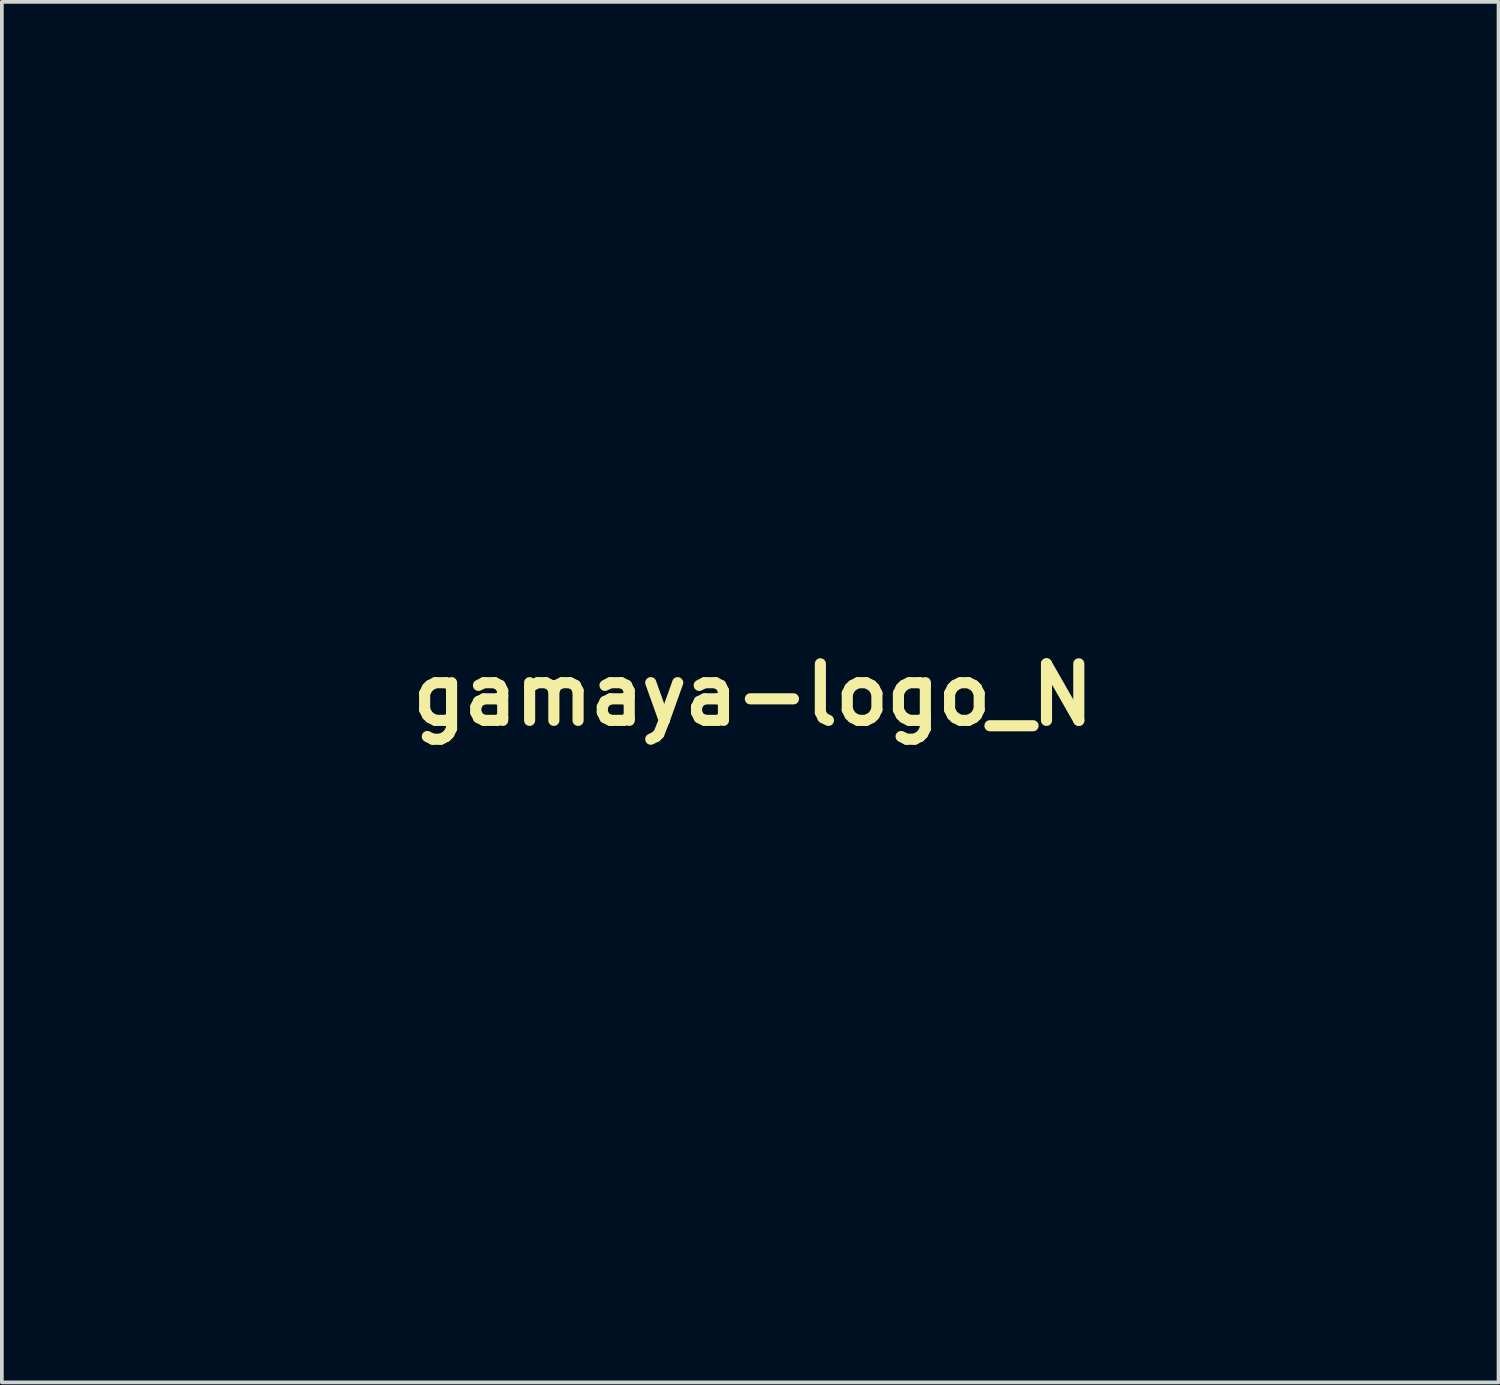
<source format=kicad_pcb>
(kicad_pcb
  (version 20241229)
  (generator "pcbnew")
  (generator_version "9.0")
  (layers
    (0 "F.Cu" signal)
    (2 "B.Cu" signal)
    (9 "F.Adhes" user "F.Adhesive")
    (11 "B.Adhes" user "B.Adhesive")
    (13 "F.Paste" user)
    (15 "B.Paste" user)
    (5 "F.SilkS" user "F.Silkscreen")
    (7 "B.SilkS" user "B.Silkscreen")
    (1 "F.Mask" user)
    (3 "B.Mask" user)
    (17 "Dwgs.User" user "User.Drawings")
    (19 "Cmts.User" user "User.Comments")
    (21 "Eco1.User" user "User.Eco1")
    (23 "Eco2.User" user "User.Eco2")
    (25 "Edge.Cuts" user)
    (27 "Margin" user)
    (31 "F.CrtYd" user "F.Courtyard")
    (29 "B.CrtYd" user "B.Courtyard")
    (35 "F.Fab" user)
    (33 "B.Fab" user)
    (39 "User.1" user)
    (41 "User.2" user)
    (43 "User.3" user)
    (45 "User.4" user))
  (footprint "gamaya-logo_N"
    (layer "F.Cu")
    (at 17.251 15.68)
    (property "Reference" "gamaya-logo_N" (at 0 0 0) (layer "F.SilkS") (effects (font (size 1.524 1.524) (thickness 0.3))))
    (attr through_hole)
    (fp_poly (pts (xy -14.933 1.415) (xy -14.733 1.521) (xy -14.431 1.689) (xy -14.038 1.913) (xy -13.564 2.188) (xy -13.02 2.505) (xy -12.418 2.861) (xy -11.768 3.247) (xy -11.081 3.658) (xy -10.901 3.766) (xy -10.104 4.244) (xy -9.259 4.75) (xy -8.39 5.268) (xy -7.52 5.786) (xy -6.672 6.289) (xy -5.867 6.766) (xy -5.129 7.201) (xy -4.48 7.583) (xy -4.173 7.762) (xy -3.589 8.105) (xy -3.038 8.431) (xy -2.535 8.732) (xy -2.092 9) (xy -1.725 9.226) (xy -1.446 9.402) (xy -1.271 9.519) (xy -1.219 9.559) (xy -1.113 9.663) (xy -1.026 9.764) (xy -0.957 9.876) (xy -0.903 10.016) (xy -0.863 10.198) (xy -0.835 10.439) (xy -0.817 10.752) (xy -0.806 11.154) (xy -0.8 11.66) (xy -0.798 12.286) (xy -0.798 12.787) (xy -0.799 13.494) (xy -0.802 14.069) (xy -0.809 14.525) (xy -0.82 14.876) (xy -0.837 15.136) (xy -0.86 15.318) (xy -0.89 15.435) (xy -0.93 15.5) (xy -0.979 15.527) (xy -1.013 15.53) (xy -1.097 15.499) (xy -1.259 15.42) (xy -1.334 15.381) (xy -1.495 15.287) (xy -1.765 15.122) (xy -2.13 14.893) (xy -2.58 14.609) (xy -3.1 14.278) (xy -3.678 13.908) (xy -4.302 13.507) (xy -4.959 13.084) (xy -5.636 12.646) (xy -6.321 12.202) (xy -7.001 11.76) (xy -7.664 11.328) (xy -8.297 10.914) (xy -8.887 10.526) (xy -9.423 10.173) (xy -9.89 9.863) (xy -10.277 9.604) (xy -10.571 9.404) (xy -10.759 9.271) (xy -10.777 9.258) (xy -11.518 8.666) (xy -12.166 8.066) (xy -12.733 7.44) (xy -13.23 6.768) (xy -13.669 6.034) (xy -14.06 5.218) (xy -14.415 4.303) (xy -14.745 3.271) (xy -14.912 2.679) (xy -15.034 2.218) (xy -15.114 1.878) (xy -15.154 1.641) (xy -15.156 1.491) (xy -15.12 1.41) (xy -15.048 1.38) (xy -15.02 1.379) (xy -14.933 1.415)) (stroke (width 0.01) (type solid)) (fill yes) (layer "F.Mask"))
    (fp_poly (pts (xy 14.671 1.399) (xy 14.717 1.472) (xy 14.723 1.614) (xy 14.688 1.845) (xy 14.61 2.18) (xy 14.512 2.557) (xy 14.18 3.691) (xy 13.827 4.697) (xy 13.444 5.59) (xy 13.025 6.386) (xy 12.56 7.1) (xy 12.041 7.749) (xy 11.655 8.16) (xy 11.454 8.353) (xy 11.227 8.555) (xy 10.966 8.771) (xy 10.662 9.008) (xy 10.305 9.271) (xy 9.888 9.568) (xy 9.401 9.904) (xy 8.836 10.285) (xy 8.183 10.717) (xy 7.434 11.207) (xy 6.58 11.761) (xy 5.612 12.386) (xy 5.552 12.424) (xy 4.659 12.998) (xy 3.88 13.499) (xy 3.207 13.931) (xy 2.633 14.299) (xy 2.149 14.608) (xy 1.746 14.863) (xy 1.418 15.067) (xy 1.155 15.227) (xy 0.951 15.347) (xy 0.796 15.431) (xy 0.683 15.484) (xy 0.604 15.512) (xy 0.551 15.518) (xy 0.515 15.509) (xy 0.489 15.487) (xy 0.464 15.459) (xy 0.45 15.443) (xy 0.425 15.377) (xy 0.405 15.227) (xy 0.389 14.983) (xy 0.377 14.634) (xy 0.369 14.172) (xy 0.365 13.585) (xy 0.363 12.864) (xy 0.363 12.787) (xy 0.363 12.072) (xy 0.366 11.486) (xy 0.373 11.015) (xy 0.386 10.643) (xy 0.408 10.354) (xy 0.439 10.134) (xy 0.483 9.967) (xy 0.542 9.838) (xy 0.616 9.731) (xy 0.709 9.631) (xy 0.783 9.559) (xy 0.886 9.484) (xy 1.101 9.344) (xy 1.413 9.149) (xy 1.81 8.907) (xy 2.276 8.626) (xy 2.798 8.314) (xy 3.362 7.981) (xy 3.737 7.761) (xy 4.328 7.415) (xy 5.021 7.007) (xy 5.792 6.551) (xy 6.62 6.06) (xy 7.481 5.548) (xy 8.354 5.029) (xy 9.215 4.515) (xy 10.041 4.021) (xy 10.468 3.764) (xy 11.163 3.349) (xy 11.824 2.956) (xy 12.439 2.592) (xy 12.999 2.265) (xy 13.492 1.979) (xy 13.907 1.741) (xy 14.233 1.558) (xy 14.46 1.436) (xy 14.576 1.381) (xy 14.587 1.379) (xy 14.671 1.399)) (stroke (width 0.01) (type solid)) (fill yes) (layer "F.Mask"))
    (fp_poly (pts (xy 17.048 -8.29) (xy 17.091 -8.121) (xy 17.069 -7.833) (xy 16.982 -7.421) (xy 16.946 -7.282) (xy 16.546 -5.902) (xy 16.123 -4.652) (xy 15.671 -3.52) (xy 15.183 -2.492) (xy 14.653 -1.554) (xy 14.072 -0.694) (xy 13.434 0.103) (xy 12.814 0.769) (xy 12.546 1.031) (xy 12.272 1.283) (xy 11.983 1.53) (xy 11.67 1.778) (xy 11.324 2.034) (xy 10.935 2.302) (xy 10.494 2.589) (xy 9.993 2.9) (xy 9.422 3.241) (xy 8.773 3.618) (xy 8.035 4.035) (xy 7.201 4.5) (xy 6.26 5.018) (xy 5.204 5.594) (xy 4.645 5.897) (xy 4.086 6.201) (xy 3.535 6.501) (xy 3.013 6.787) (xy 2.541 7.046) (xy 2.14 7.268) (xy 1.833 7.438) (xy 1.705 7.511) (xy 1.277 7.743) (xy 0.949 7.891) (xy 0.709 7.96) (xy 0.542 7.955) (xy 0.454 7.901) (xy 0.432 7.847) (xy 0.414 7.727) (xy 0.399 7.529) (xy 0.387 7.246) (xy 0.378 6.866) (xy 0.371 6.381) (xy 0.366 5.78) (xy 0.364 5.054) (xy 0.363 4.193) (xy 0.363 4.145) (xy 0.363 3.321) (xy 0.364 2.629) (xy 0.366 2.057) (xy 0.369 1.591) (xy 0.375 1.219) (xy 0.384 0.928) (xy 0.395 0.705) (xy 0.41 0.538) (xy 0.429 0.413) (xy 0.453 0.318) (xy 0.482 0.24) (xy 0.514 0.17) (xy 0.658 -0.068) (xy 0.834 -0.28) (xy 0.886 -0.328) (xy 0.977 -0.383) (xy 1.187 -0.496) (xy 1.507 -0.664) (xy 1.927 -0.881) (xy 2.437 -1.142) (xy 3.027 -1.442) (xy 3.689 -1.778) (xy 4.412 -2.143) (xy 5.186 -2.533) (xy 6.003 -2.944) (xy 6.851 -3.37) (xy 7.723 -3.806) (xy 8.607 -4.249) (xy 9.495 -4.692) (xy 10.376 -5.131) (xy 11.241 -5.562) (xy 12.081 -5.979) (xy 12.885 -6.378) (xy 13.644 -6.753) (xy 14.349 -7.101) (xy 14.99 -7.415) (xy 15.556 -7.692) (xy 16.039 -7.927) (xy 16.428 -8.114) (xy 16.715 -8.249) (xy 16.889 -8.327) (xy 16.94 -8.346) (xy 17.048 -8.29)) (stroke (width 0.01) (type solid)) (fill yes) (layer "F.Mask"))
    (fp_poly (pts (xy -16.647 -8.044) (xy -16.62 -8.037) (xy -16.503 -7.99) (xy -16.264 -7.883) (xy -15.914 -7.719) (xy -15.46 -7.504) (xy -14.911 -7.241) (xy -14.276 -6.934) (xy -13.565 -6.588) (xy -12.785 -6.208) (xy -11.946 -5.797) (xy -11.056 -5.359) (xy -10.124 -4.9) (xy -9.159 -4.423) (xy -8.17 -3.933) (xy -7.166 -3.434) (xy -6.155 -2.931) (xy -5.146 -2.427) (xy -5.069 -2.388) (xy -4.25 -1.978) (xy -3.551 -1.626) (xy -2.962 -1.325) (xy -2.472 -1.07) (xy -2.072 -0.853) (xy -1.752 -0.669) (xy -1.501 -0.511) (xy -1.31 -0.373) (xy -1.168 -0.248) (xy -1.065 -0.129) (xy -0.991 -0.011) (xy -0.937 0.113) (xy -0.892 0.25) (xy -0.883 0.28) (xy -0.862 0.419) (xy -0.845 0.68) (xy -0.83 1.047) (xy -0.817 1.502) (xy -0.807 2.03) (xy -0.8 2.614) (xy -0.795 3.236) (xy -0.793 3.88) (xy -0.793 4.529) (xy -0.796 5.166) (xy -0.801 5.775) (xy -0.809 6.339) (xy -0.819 6.841) (xy -0.832 7.265) (xy -0.848 7.593) (xy -0.866 7.809) (xy -0.885 7.896) (xy -1.061 7.975) (xy -1.298 7.95) (xy -1.451 7.887) (xy -1.575 7.821) (xy -1.799 7.698) (xy -2.099 7.532) (xy -2.447 7.339) (xy -2.685 7.207) (xy -3.048 7.006) (xy -3.506 6.754) (xy -4.028 6.468) (xy -4.583 6.166) (xy -5.138 5.864) (xy -5.515 5.659) (xy -6.649 5.043) (xy -7.663 4.486) (xy -8.566 3.981) (xy -9.368 3.523) (xy -10.077 3.103) (xy -10.704 2.717) (xy -11.258 2.356) (xy -11.747 2.015) (xy -12.182 1.686) (xy -12.571 1.364) (xy -12.925 1.041) (xy -13.251 0.711) (xy -13.561 0.367) (xy -13.862 0.003) (xy -14.164 -0.387) (xy -14.292 -0.558) (xy -15.09 -1.752) (xy -15.792 -3.044) (xy -16.386 -4.414) (xy -16.728 -5.391) (xy -16.868 -5.86) (xy -16.994 -6.333) (xy -17.1 -6.785) (xy -17.181 -7.189) (xy -17.231 -7.519) (xy -17.246 -7.749) (xy -17.238 -7.819) (xy -17.129 -7.99) (xy -16.925 -8.067) (xy -16.647 -8.044)) (stroke (width 0.01) (type solid)) (fill yes) (layer "F.Mask"))
    (fp_poly (pts (xy 0.314 -15.672) (xy 0.738 -15.663) (xy 1.045 -15.648) (xy 1.226 -15.629) (xy 1.272 -15.606) (xy 1.293 -15.521) (xy 1.397 -15.427) (xy 1.488 -15.387) (xy 1.706 -15.303) (xy 2.042 -15.177) (xy 2.486 -15.013) (xy 3.03 -14.814) (xy 3.663 -14.584) (xy 4.376 -14.326) (xy 5.16 -14.044) (xy 6.005 -13.741) (xy 6.901 -13.42) (xy 7.84 -13.085) (xy 8.412 -12.881) (xy 9.376 -12.538) (xy 10.306 -12.207) (xy 11.194 -11.89) (xy 12.028 -11.591) (xy 12.8 -11.315) (xy 13.499 -11.064) (xy 14.116 -10.842) (xy 14.64 -10.652) (xy 15.063 -10.499) (xy 15.374 -10.385) (xy 15.563 -10.314) (xy 15.613 -10.294) (xy 15.867 -10.152) (xy 16.104 -9.966) (xy 16.29 -9.768) (xy 16.392 -9.589) (xy 16.401 -9.531) (xy 16.394 -9.475) (xy 16.367 -9.415) (xy 16.314 -9.348) (xy 16.227 -9.27) (xy 16.099 -9.178) (xy 15.923 -9.069) (xy 15.693 -8.937) (xy 15.4 -8.781) (xy 15.038 -8.595) (xy 14.601 -8.377) (xy 14.079 -8.123) (xy 13.468 -7.829) (xy 12.759 -7.491) (xy 11.945 -7.106) (xy 11.02 -6.671) (xy 9.976 -6.181) (xy 9.029 -5.737) (xy 8.079 -5.292) (xy 7.159 -4.863) (xy 6.279 -4.453) (xy 5.448 -4.066) (xy 4.676 -3.708) (xy 3.972 -3.382) (xy 3.344 -3.093) (xy 2.803 -2.844) (xy 2.358 -2.641) (xy 2.018 -2.487) (xy 1.792 -2.388) (xy 1.699 -2.349) (xy 1.052 -2.171) (xy 0.325 -2.069) (xy -0.439 -2.049) (xy -1.195 -2.113) (xy -1.512 -2.171) (xy -1.84 -2.251) (xy -1.993 -2.297) (xy -2.146 -2.357) (xy -2.415 -2.472) (xy -2.79 -2.639) (xy -3.26 -2.852) (xy -3.815 -3.105) (xy -4.444 -3.395) (xy -5.137 -3.717) (xy -5.883 -4.064) (xy -6.672 -4.433) (xy -7.494 -4.818) (xy -8.337 -5.214) (xy -9.192 -5.617) (xy -10.049 -6.022) (xy -10.896 -6.423) (xy -11.723 -6.816) (xy -12.519 -7.196) (xy -13.276 -7.557) (xy -13.98 -7.895) (xy -14.624 -8.206) (xy -15.195 -8.483) (xy -15.683 -8.722) (xy -16.079 -8.919) (xy -16.371 -9.067) (xy -16.549 -9.163) (xy -16.601 -9.196) (xy -16.746 -9.355) (xy -16.829 -9.494) (xy -16.837 -9.53) (xy -16.774 -9.705) (xy -16.604 -9.905) (xy -16.358 -10.106) (xy -16.063 -10.28) (xy -15.947 -10.332) (xy -15.815 -10.383) (xy -15.556 -10.479) (xy -15.181 -10.615) (xy -14.699 -10.79) (xy -14.334 -10.921) (xy -10.426 -10.921) (xy -10.41 -10.808) (xy -10.349 -10.705) (xy -10.261 -10.597) (xy -10.146 -10.524) (xy -9.971 -10.475) (xy -9.701 -10.439) (xy -9.507 -10.42) (xy -9.251 -10.393) (xy -8.878 -10.348) (xy -8.418 -10.287) (xy -7.897 -10.216) (xy -7.343 -10.137) (xy -6.783 -10.056) (xy -6.246 -9.975) (xy -5.757 -9.898) (xy -5.552 -9.865) (xy -4.809 -9.728) (xy -4.067 -9.566) (xy -3.349 -9.384) (xy -2.68 -9.19) (xy -2.083 -8.991) (xy -1.583 -8.793) (xy -1.202 -8.604) (xy -1.197 -8.601) (xy -0.482 -8.142) (xy 0.13 -7.659) (xy 0.673 -7.119) (xy 1.181 -6.49) (xy 1.534 -5.977) (xy 1.783 -5.619) (xy 2 -5.352) (xy 2.171 -5.195) (xy 2.205 -5.175) (xy 2.52 -5.065) (xy 2.909 -5.008) (xy 3.319 -5.003) (xy 3.697 -5.051) (xy 3.987 -5.15) (xy 4.087 -5.207) (xy 4.167 -5.269) (xy 4.23 -5.351) (xy 4.278 -5.468) (xy 4.311 -5.636) (xy 4.332 -5.868) (xy 4.342 -6.18) (xy 4.343 -6.587) (xy 4.337 -7.103) (xy 4.326 -7.743) (xy 4.32 -8.035) (xy 4.307 -8.628) (xy 4.29 -9.182) (xy 4.272 -9.679) (xy 4.253 -10.101) (xy 4.233 -10.427) (xy 4.214 -10.641) (xy 4.202 -10.712) (xy 4.096 -10.928) (xy 3.954 -11.104) (xy 3.876 -11.162) (xy 3.765 -11.211) (xy 3.611 -11.254) (xy 3.403 -11.289) (xy 3.133 -11.319) (xy 2.788 -11.343) (xy 2.359 -11.362) (xy 1.835 -11.377) (xy 1.207 -11.388) (xy 0.463 -11.396) (xy -0.406 -11.402) (xy -1.306 -11.405) (xy -2.125 -11.407) (xy -2.99 -11.409) (xy -3.872 -11.412) (xy -4.742 -11.414) (xy -5.571 -11.417) (xy -6.329 -11.419) (xy -6.987 -11.421) (xy -7.293 -11.422) (xy -8.013 -11.423) (xy -8.602 -11.42) (xy -9.075 -11.411) (xy -9.446 -11.395) (xy -9.731 -11.369) (xy -9.944 -11.332) (xy -10.099 -11.283) (xy -10.211 -11.219) (xy -10.295 -11.139) (xy -10.352 -11.061) (xy -10.426 -10.921) (xy -14.334 -10.921) (xy -14.12 -10.998) (xy -13.455 -11.237) (xy -12.714 -11.503) (xy -11.906 -11.792) (xy -11.042 -12.1) (xy -10.132 -12.425) (xy -9.186 -12.761) (xy -8.751 -12.916) (xy -7.799 -13.255) (xy -6.883 -13.581) (xy -6.014 -13.893) (xy -5.2 -14.185) (xy -4.452 -14.455) (xy -3.778 -14.699) (xy -3.189 -14.914) (xy -2.693 -15.096) (xy -2.301 -15.241) (xy -2.022 -15.347) (xy -1.866 -15.41) (xy -1.836 -15.424) (xy -1.726 -15.526) (xy -1.707 -15.606) (xy -1.653 -15.63) (xy -1.463 -15.65) (xy -1.146 -15.664) (xy -0.714 -15.673) (xy -0.218 -15.675) (xy 0.314 -15.672)) (stroke (width 0.01) (type solid)) (fill yes) (layer "F.Mask")))
  (gr_rect
    (start -3 -3)
    (end 37.347 34.216)
    (stroke (width 0.1) (type default))
    (fill no)
    (layer "Edge.Cuts")))
</source>
